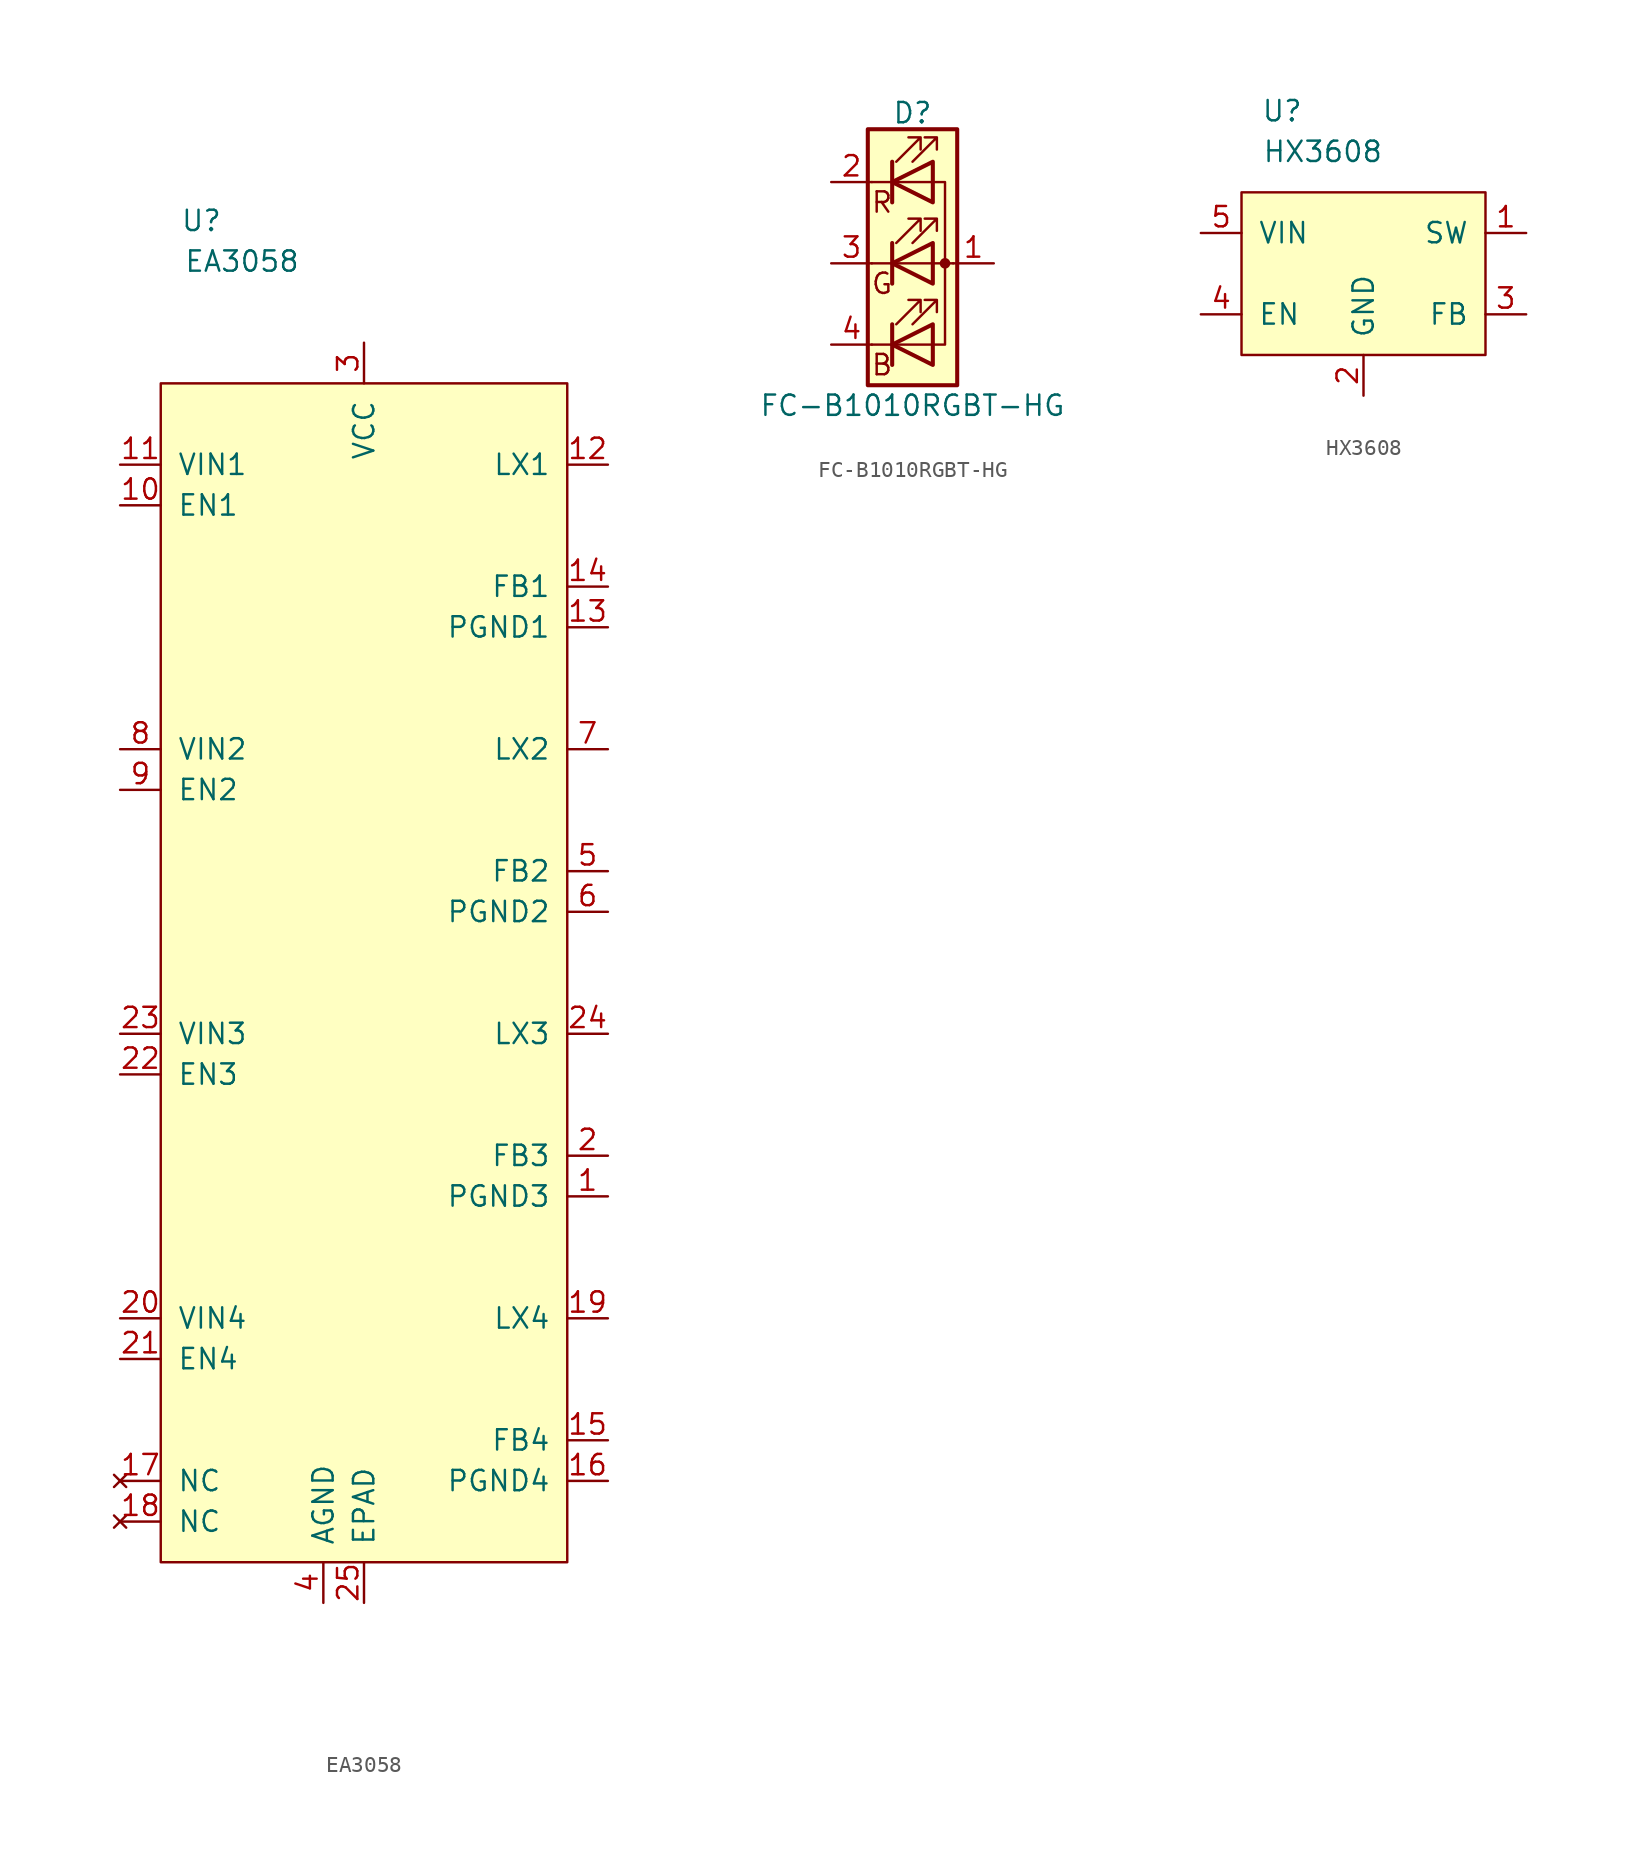
<source format=kicad_sym>
(kicad_symbol_lib
  (version 20211014)
  (generator kicad_symbol_editor)
  (symbol "EA3058"
    (pin_names
      (offset 1.016))
    (property "Reference" "U"
      (at 2.54 10.16 0)
      (effects (font (size 1.27 1.27))))
    (property "Value" "EA3058"
      (at 5.08 7.62 0)
      (effects (font (size 1.27 1.27))))
    (symbol "EA3058_0_1"
      (rectangle (start 0 0) (end 25.4 -73.66) (stroke (width 0) (type default) (color 0 0 0 0)) (fill (type background))))
    (symbol "EA3058_1_1"
      (pin power_in line (at 27.94 -50.8 180) (length 2.54) (name "PGND3" (effects (font (size 1.27 1.27)))) (number "1" (effects (font (size 1.27 1.27)))))
      (pin input line (at -2.54 -7.62 0) (length 2.54) (name "EN1" (effects (font (size 1.27 1.27)))) (number "10" (effects (font (size 1.27 1.27)))))
      (pin power_in line (at -2.54 -5.08 0) (length 2.54) (name "VIN1" (effects (font (size 1.27 1.27)))) (number "11" (effects (font (size 1.27 1.27)))))
      (pin power_out line (at 27.94 -5.08 180) (length 2.54) (name "LX1" (effects (font (size 1.27 1.27)))) (number "12" (effects (font (size 1.27 1.27)))))
      (pin power_in line (at 27.94 -15.24 180) (length 2.54) (name "PGND1" (effects (font (size 1.27 1.27)))) (number "13" (effects (font (size 1.27 1.27)))))
      (pin input line (at 27.94 -12.7 180) (length 2.54) (name "FB1" (effects (font (size 1.27 1.27)))) (number "14" (effects (font (size 1.27 1.27)))))
      (pin input line (at 27.94 -66.04 180) (length 2.54) (name "FB4" (effects (font (size 1.27 1.27)))) (number "15" (effects (font (size 1.27 1.27)))))
      (pin power_in line (at 27.94 -68.58 180) (length 2.54) (name "PGND4" (effects (font (size 1.27 1.27)))) (number "16" (effects (font (size 1.27 1.27)))))
      (pin no_connect line (at -2.54 -68.58 0) (length 2.54) (name "NC" (effects (font (size 1.27 1.27)))) (number "17" (effects (font (size 1.27 1.27)))))
      (pin no_connect line (at -2.54 -71.12 0) (length 2.54) (name "NC" (effects (font (size 1.27 1.27)))) (number "18" (effects (font (size 1.27 1.27)))))
      (pin power_out line (at 27.94 -58.42 180) (length 2.54) (name "LX4" (effects (font (size 1.27 1.27)))) (number "19" (effects (font (size 1.27 1.27)))))
      (pin input line (at 27.94 -48.26 180) (length 2.54) (name "FB3" (effects (font (size 1.27 1.27)))) (number "2" (effects (font (size 1.27 1.27)))))
      (pin power_in line (at -2.54 -58.42 0) (length 2.54) (name "VIN4" (effects (font (size 1.27 1.27)))) (number "20" (effects (font (size 1.27 1.27)))))
      (pin input line (at -2.54 -60.96 0) (length 2.54) (name "EN4" (effects (font (size 1.27 1.27)))) (number "21" (effects (font (size 1.27 1.27)))))
      (pin input line (at -2.54 -43.18 0) (length 2.54) (name "EN3" (effects (font (size 1.27 1.27)))) (number "22" (effects (font (size 1.27 1.27)))))
      (pin power_in line (at -2.54 -40.64 0) (length 2.54) (name "VIN3" (effects (font (size 1.27 1.27)))) (number "23" (effects (font (size 1.27 1.27)))))
      (pin power_out line (at 27.94 -40.64 180) (length 2.54) (name "LX3" (effects (font (size 1.27 1.27)))) (number "24" (effects (font (size 1.27 1.27)))))
      (pin power_in line (at 12.7 -76.2 90) (length 2.54) (name "EPAD" (effects (font (size 1.27 1.27)))) (number "25" (effects (font (size 1.27 1.27)))))
      (pin power_in line (at 12.7 2.54 270) (length 2.54) (name "VCC" (effects (font (size 1.27 1.27)))) (number "3" (effects (font (size 1.27 1.27)))))
      (pin power_in line (at 10.16 -76.2 90) (length 2.54) (name "AGND" (effects (font (size 1.27 1.27)))) (number "4" (effects (font (size 1.27 1.27)))))
      (pin power_out line (at 27.94 -30.48 180) (length 2.54) (name "FB2" (effects (font (size 1.27 1.27)))) (number "5" (effects (font (size 1.27 1.27)))))
      (pin power_in line (at 27.94 -33.02 180) (length 2.54) (name "PGND2" (effects (font (size 1.27 1.27)))) (number "6" (effects (font (size 1.27 1.27)))))
      (pin power_out line (at 27.94 -22.86 180) (length 2.54) (name "LX2" (effects (font (size 1.27 1.27)))) (number "7" (effects (font (size 1.27 1.27)))))
      (pin power_in line (at -2.54 -22.86 0) (length 2.54) (name "VIN2" (effects (font (size 1.27 1.27)))) (number "8" (effects (font (size 1.27 1.27)))))
      (pin input line (at -2.54 -25.4 0) (length 2.54) (name "EN2" (effects (font (size 1.27 1.27)))) (number "9" (effects (font (size 1.27 1.27)))))))
  (symbol "FC-B1010RGBT-HG"
    (pin_names
      (offset 0) hide)
    (property "Reference" "D"
      (at 0 9.398 0)
      (effects (font (size 1.27 1.27))))
    (property "Value" "FC-B1010RGBT-HG"
      (at 0 -8.89 0)
      (effects (font (size 1.27 1.27))))
    (symbol "FC-B1010RGBT-HG_0_0"
      (text "B" (at -1.905 -6.35 0) (effects (font (size 1.27 1.27))))
      (text "G" (at -1.905 -1.27 0) (effects (font (size 1.27 1.27))))
      (text "R" (at -1.905 3.81 0) (effects (font (size 1.27 1.27)))))
    (symbol "FC-B1010RGBT-HG_0_1"
      (polyline (pts (xy -1.27 -5.08) (xy -2.54 -5.08)) (stroke (width 0) (type default) (color 0 0 0 0)) (fill (type none)))
      (polyline (pts (xy -1.27 -5.08) (xy 1.27 -5.08)) (stroke (width 0) (type default) (color 0 0 0 0)) (fill (type none)))
      (polyline (pts (xy -1.27 -3.81) (xy -1.27 -6.35)) (stroke (width 0.254) (type default) (color 0 0 0 0)) (fill (type none)))
      (polyline (pts (xy -1.27 0) (xy -2.54 0)) (stroke (width 0) (type default) (color 0 0 0 0)) (fill (type none)))
      (polyline (pts (xy -1.27 1.27) (xy -1.27 -1.27)) (stroke (width 0.254) (type default) (color 0 0 0 0)) (fill (type none)))
      (polyline (pts (xy -1.27 5.08) (xy -2.54 5.08)) (stroke (width 0) (type default) (color 0 0 0 0)) (fill (type none)))
      (polyline (pts (xy -1.27 5.08) (xy 1.27 5.08)) (stroke (width 0) (type default) (color 0 0 0 0)) (fill (type none)))
      (polyline (pts (xy -1.27 6.35) (xy -1.27 3.81)) (stroke (width 0.254) (type default) (color 0 0 0 0)) (fill (type none)))
      (polyline (pts (xy 1.27 0) (xy -1.27 0)) (stroke (width 0) (type default) (color 0 0 0 0)) (fill (type none)))
      (polyline (pts (xy 1.27 0) (xy 2.54 0)) (stroke (width 0) (type default) (color 0 0 0 0)) (fill (type none)))
      (polyline (pts (xy -1.27 1.27) (xy -1.27 -1.27) (xy -1.27 -1.27)) (stroke (width 0) (type default) (color 0 0 0 0)) (fill (type none)))
      (polyline (pts (xy -1.27 6.35) (xy -1.27 3.81) (xy -1.27 3.81)) (stroke (width 0) (type default) (color 0 0 0 0)) (fill (type none)))
      (polyline (pts (xy 1.27 -5.08) (xy 2.032 -5.08) (xy 2.032 5.08) (xy 1.27 5.08)) (stroke (width 0) (type default) (color 0 0 0 0)) (fill (type none)))
      (polyline (pts (xy 1.27 -3.81) (xy 1.27 -6.35) (xy -1.27 -5.08) (xy 1.27 -3.81)) (stroke (width 0.254) (type default) (color 0 0 0 0)) (fill (type none)))
      (polyline (pts (xy 1.27 1.27) (xy 1.27 -1.27) (xy -1.27 0) (xy 1.27 1.27)) (stroke (width 0.254) (type default) (color 0 0 0 0)) (fill (type none)))
      (polyline (pts (xy 1.27 6.35) (xy 1.27 3.81) (xy -1.27 5.08) (xy 1.27 6.35)) (stroke (width 0.254) (type default) (color 0 0 0 0)) (fill (type none)))
      (polyline (pts (xy -1.016 -3.81) (xy 0.508 -2.286) (xy -0.254 -2.286) (xy 0.508 -2.286) (xy 0.508 -3.048)) (stroke (width 0) (type default) (color 0 0 0 0)) (fill (type none)))
      (polyline (pts (xy -1.016 1.27) (xy 0.508 2.794) (xy -0.254 2.794) (xy 0.508 2.794) (xy 0.508 2.032)) (stroke (width 0) (type default) (color 0 0 0 0)) (fill (type none)))
      (polyline (pts (xy -1.016 6.35) (xy 0.508 7.874) (xy -0.254 7.874) (xy 0.508 7.874) (xy 0.508 7.112)) (stroke (width 0) (type default) (color 0 0 0 0)) (fill (type none)))
      (polyline (pts (xy 0 -3.81) (xy 1.524 -2.286) (xy 0.762 -2.286) (xy 1.524 -2.286) (xy 1.524 -3.048)) (stroke (width 0) (type default) (color 0 0 0 0)) (fill (type none)))
      (polyline (pts (xy 0 1.27) (xy 1.524 2.794) (xy 0.762 2.794) (xy 1.524 2.794) (xy 1.524 2.032)) (stroke (width 0) (type default) (color 0 0 0 0)) (fill (type none)))
      (polyline (pts (xy 0 6.35) (xy 1.524 7.874) (xy 0.762 7.874) (xy 1.524 7.874) (xy 1.524 7.112)) (stroke (width 0) (type default) (color 0 0 0 0)) (fill (type none)))
      (rectangle (start 1.27 -1.27) (end 1.27 1.27) (stroke (width 0) (type default) (color 0 0 0 0)) (fill (type none)))
      (rectangle (start 1.27 1.27) (end 1.27 1.27) (stroke (width 0) (type default) (color 0 0 0 0)) (fill (type none)))
      (rectangle (start 1.27 3.81) (end 1.27 6.35) (stroke (width 0) (type default) (color 0 0 0 0)) (fill (type none)))
      (rectangle (start 1.27 6.35) (end 1.27 6.35) (stroke (width 0) (type default) (color 0 0 0 0)) (fill (type none)))
      (circle (center 2.032 0) (radius 0.254) (stroke (width 0) (type default) (color 0 0 0 0)) (fill (type outline)))
      (rectangle (start 2.794 8.382) (end -2.794 -7.62) (stroke (width 0.254) (type default) (color 0 0 0 0)) (fill (type background))))
    (symbol "FC-B1010RGBT-HG_1_1"
      (pin passive line (at 5.08 0 180) (length 2.54) (name "A" (effects (font (size 1.27 1.27)))) (number "1" (effects (font (size 1.27 1.27)))))
      (pin passive line (at -5.08 5.08 0) (length 2.54) (name "RK" (effects (font (size 1.27 1.27)))) (number "2" (effects (font (size 1.27 1.27)))))
      (pin passive line (at -5.08 0 0) (length 2.54) (name "GK" (effects (font (size 1.27 1.27)))) (number "3" (effects (font (size 1.27 1.27)))))
      (pin passive line (at -5.08 -5.08 0) (length 2.54) (name "BK" (effects (font (size 1.27 1.27)))) (number "4" (effects (font (size 1.27 1.27)))))))
  (symbol "HX3608"
    (pin_names
      (offset 1.016))
    (property "Reference" "U"
      (at 2.54 5.08 0)
      (effects (font (size 1.27 1.27))))
    (property "Value" "HX3608"
      (at 5.08 2.54 0)
      (effects (font (size 1.27 1.27))))
    (symbol "HX3608_0_1"
      (rectangle (start 0 0) (end 15.24 -10.16) (stroke (width 0) (type default) (color 0 0 0 0)) (fill (type background))))
    (symbol "HX3608_1_1"
      (pin power_out line (at 17.78 -2.54 180) (length 2.54) (name "SW" (effects (font (size 1.27 1.27)))) (number "1" (effects (font (size 1.27 1.27)))))
      (pin power_in line (at 7.62 -12.7 90) (length 2.54) (name "GND" (effects (font (size 1.27 1.27)))) (number "2" (effects (font (size 1.27 1.27)))))
      (pin input line (at 17.78 -7.62 180) (length 2.54) (name "FB" (effects (font (size 1.27 1.27)))) (number "3" (effects (font (size 1.27 1.27)))))
      (pin input line (at -2.54 -7.62 0) (length 2.54) (name "EN" (effects (font (size 1.27 1.27)))) (number "4" (effects (font (size 1.27 1.27)))))
      (pin power_in line (at -2.54 -2.54 0) (length 2.54) (name "VIN" (effects (font (size 1.27 1.27)))) (number "5" (effects (font (size 1.27 1.27))))))))
</source>
